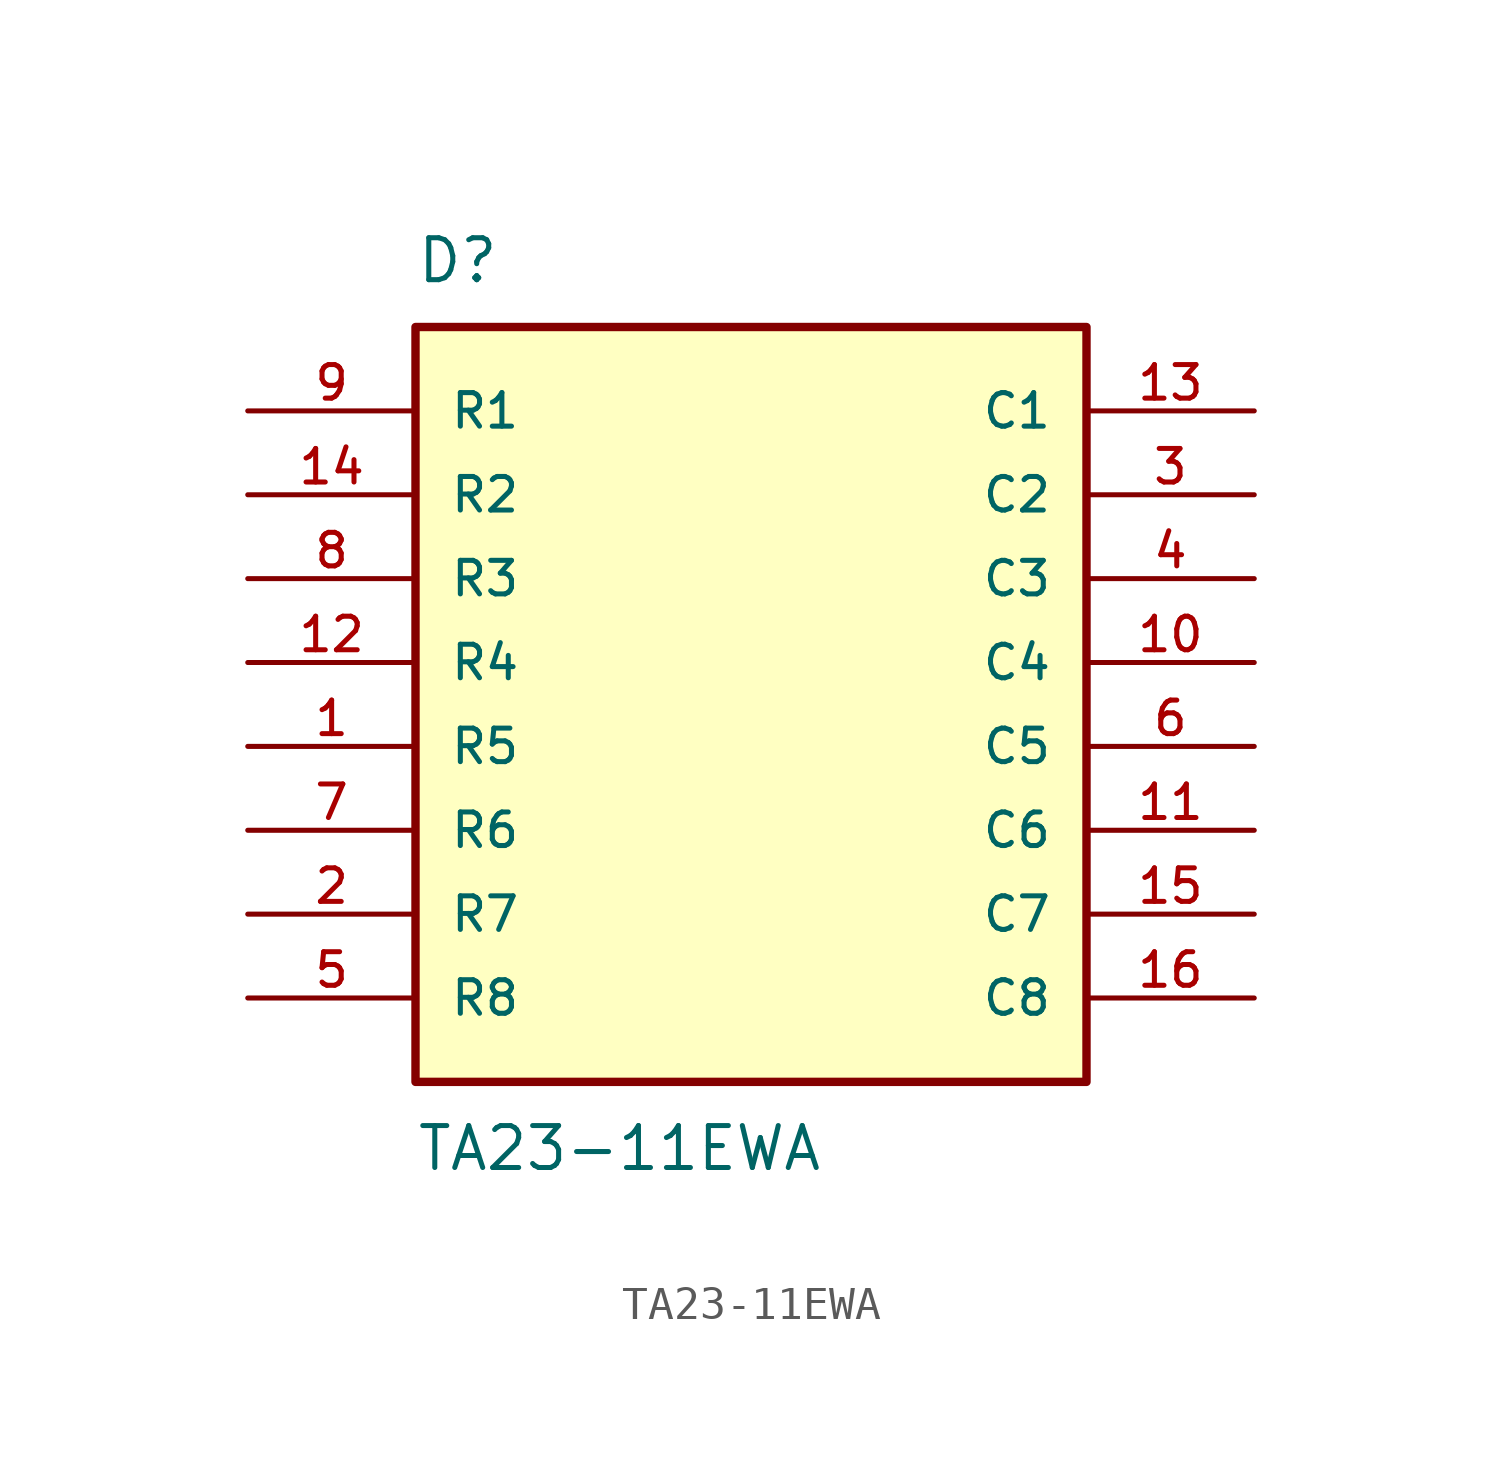
<source format=kicad_sym>
(kicad_symbol_lib
  (version 20211014)
  (generator kicad_symbol_editor)
  (symbol "TA23-11EWA"
    (pin_names
      (offset 1.016))
    (property "Reference" "D"
      (at -10.16 11.43 0)
      (effects (font (size 1.27 1.27)) (justify bottom left)))
    (property "Value" "TA23-11EWA"
      (at -10.16 -13.97 0.0)
      (effects (font (size 1.27 1.27)) (justify top left)))
    (symbol "TA23-11EWA_0_0"
      (rectangle (start -10.16 -12.7) (end 10.16 10.16) (stroke (width 0.254)) (fill (type background)))
      (pin passive line (at -15.24 -7.62 0) (length 5.08) (name "R7" (effects (font (size 1.016 1.016)))) (number "2" (effects (font (size 1.016 1.016)))))
      (pin passive line (at -15.24 -5.08 0) (length 5.08) (name "R6" (effects (font (size 1.016 1.016)))) (number "7" (effects (font (size 1.016 1.016)))))
      (pin passive line (at -15.24 0.0 0) (length 5.08) (name "R4" (effects (font (size 1.016 1.016)))) (number "12" (effects (font (size 1.016 1.016)))))
      (pin passive line (at -15.24 5.08 0) (length 5.08) (name "R2" (effects (font (size 1.016 1.016)))) (number "14" (effects (font (size 1.016 1.016)))))
      (pin passive line (at -15.24 7.62 0) (length 5.08) (name "R1" (effects (font (size 1.016 1.016)))) (number "9" (effects (font (size 1.016 1.016)))))
      (pin passive line (at -15.24 2.54 0) (length 5.08) (name "R3" (effects (font (size 1.016 1.016)))) (number "8" (effects (font (size 1.016 1.016)))))
      (pin passive line (at -15.24 -2.54 0) (length 5.08) (name "R5" (effects (font (size 1.016 1.016)))) (number "1" (effects (font (size 1.016 1.016)))))
      (pin passive line (at 15.24 7.62 180.0) (length 5.08) (name "C1" (effects (font (size 1.016 1.016)))) (number "13" (effects (font (size 1.016 1.016)))))
      (pin passive line (at 15.24 5.08 180.0) (length 5.08) (name "C2" (effects (font (size 1.016 1.016)))) (number "3" (effects (font (size 1.016 1.016)))))
      (pin passive line (at 15.24 2.54 180.0) (length 5.08) (name "C3" (effects (font (size 1.016 1.016)))) (number "4" (effects (font (size 1.016 1.016)))))
      (pin passive line (at 15.24 0.0 180.0) (length 5.08) (name "C4" (effects (font (size 1.016 1.016)))) (number "10" (effects (font (size 1.016 1.016)))))
      (pin passive line (at 15.24 -2.54 180.0) (length 5.08) (name "C5" (effects (font (size 1.016 1.016)))) (number "6" (effects (font (size 1.016 1.016)))))
      (pin passive line (at -15.24 -10.16 0) (length 5.08) (name "R8" (effects (font (size 1.016 1.016)))) (number "5" (effects (font (size 1.016 1.016)))))
      (pin passive line (at 15.24 -5.08 180.0) (length 5.08) (name "C6" (effects (font (size 1.016 1.016)))) (number "11" (effects (font (size 1.016 1.016)))))
      (pin passive line (at 15.24 -7.62 180.0) (length 5.08) (name "C7" (effects (font (size 1.016 1.016)))) (number "15" (effects (font (size 1.016 1.016)))))
      (pin passive line (at 15.24 -10.16 180.0) (length 5.08) (name "C8" (effects (font (size 1.016 1.016)))) (number "16" (effects (font (size 1.016 1.016))))))))
</source>
